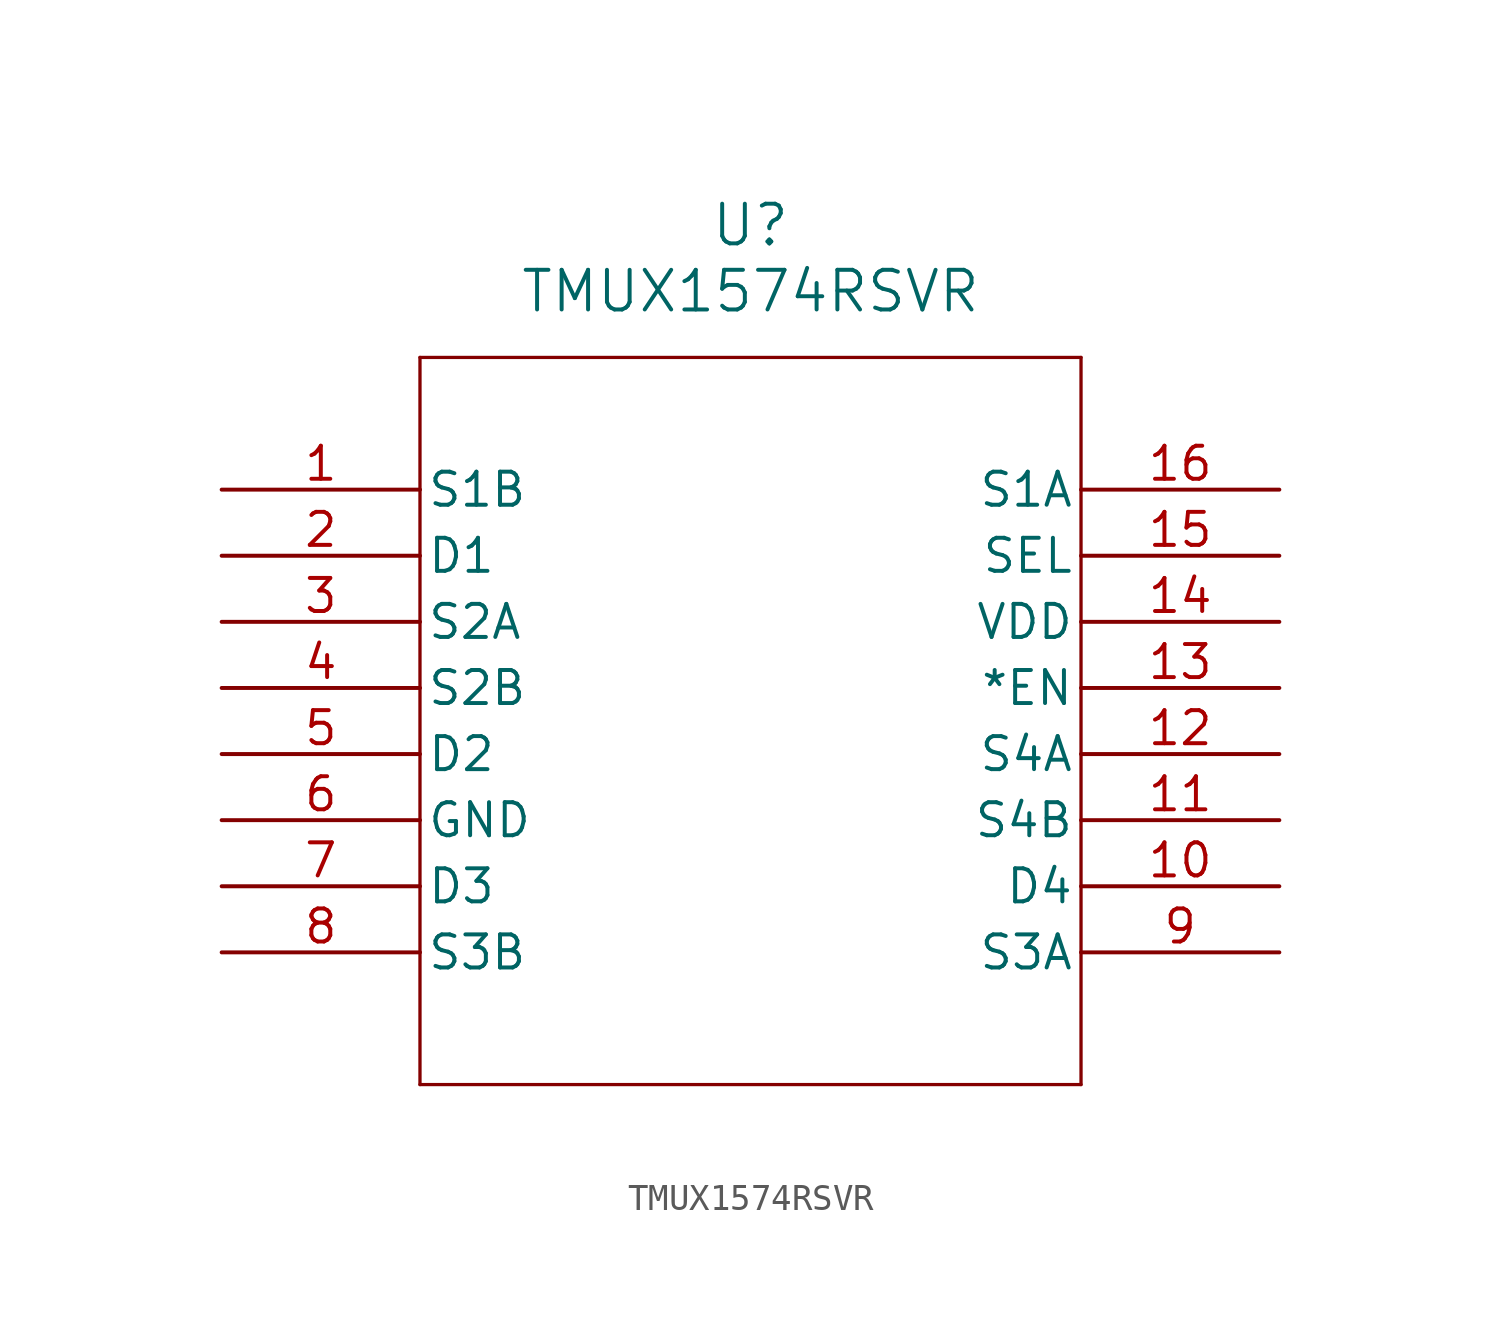
<source format=kicad_sym>
(kicad_symbol_lib
  (version 20211014)
  (generator kicad_symbol_editor)
  (symbol "TMUX1574RSVR"
    (pin_names
      (offset 0.254))
    (property "Reference" "U"
      (at 20.32 10.16 0)
      (effects (font (size 1.524 1.524))))
    (property "Value" "TMUX1574RSVR"
      (at 20.32 7.62 0)
      (effects (font (size 1.524 1.524))))
    (symbol "TMUX1574RSVR_0_1"
      (polyline (pts (xy 7.62 5.08) (xy 7.62 -22.86)) (stroke (width 0.127) (type default) (color 0 0 0 0)) (fill (type none)))
      (polyline (pts (xy 7.62 -22.86) (xy 33.02 -22.86)) (stroke (width 0.127) (type default) (color 0 0 0 0)) (fill (type none)))
      (polyline (pts (xy 33.02 -22.86) (xy 33.02 5.08)) (stroke (width 0.127) (type default) (color 0 0 0 0)) (fill (type none)))
      (polyline (pts (xy 33.02 5.08) (xy 7.62 5.08)) (stroke (width 0.127) (type default) (color 0 0 0 0)) (fill (type none)))
      (pin bidirectional line (at 0 0 0) (length 7.62) (name "S1B" (effects (font (size 1.27 1.27)))) (number "1" (effects (font (size 1.27 1.27)))))
      (pin bidirectional line (at 0 -2.54 0) (length 7.62) (name "D1" (effects (font (size 1.27 1.27)))) (number "2" (effects (font (size 1.27 1.27)))))
      (pin bidirectional line (at 0 -5.08 0) (length 7.62) (name "S2A" (effects (font (size 1.27 1.27)))) (number "3" (effects (font (size 1.27 1.27)))))
      (pin bidirectional line (at 0 -7.62 0) (length 7.62) (name "S2B" (effects (font (size 1.27 1.27)))) (number "4" (effects (font (size 1.27 1.27)))))
      (pin bidirectional line (at 0 -10.16 0) (length 7.62) (name "D2" (effects (font (size 1.27 1.27)))) (number "5" (effects (font (size 1.27 1.27)))))
      (pin power_out line (at 0 -12.7 0) (length 7.62) (name "GND" (effects (font (size 1.27 1.27)))) (number "6" (effects (font (size 1.27 1.27)))))
      (pin bidirectional line (at 0 -15.24 0) (length 7.62) (name "D3" (effects (font (size 1.27 1.27)))) (number "7" (effects (font (size 1.27 1.27)))))
      (pin bidirectional line (at 0 -17.78 0) (length 7.62) (name "S3B" (effects (font (size 1.27 1.27)))) (number "8" (effects (font (size 1.27 1.27)))))
      (pin bidirectional line (at 40.64 -17.78 180) (length 7.62) (name "S3A" (effects (font (size 1.27 1.27)))) (number "9" (effects (font (size 1.27 1.27)))))
      (pin bidirectional line (at 40.64 -15.24 180) (length 7.62) (name "D4" (effects (font (size 1.27 1.27)))) (number "10" (effects (font (size 1.27 1.27)))))
      (pin bidirectional line (at 40.64 -12.7 180) (length 7.62) (name "S4B" (effects (font (size 1.27 1.27)))) (number "11" (effects (font (size 1.27 1.27)))))
      (pin bidirectional line (at 40.64 -10.16 180) (length 7.62) (name "S4A" (effects (font (size 1.27 1.27)))) (number "12" (effects (font (size 1.27 1.27)))))
      (pin unspecified line (at 40.64 -7.62 180) (length 7.62) (name "*EN" (effects (font (size 1.27 1.27)))) (number "13" (effects (font (size 1.27 1.27)))))
      (pin power_in line (at 40.64 -5.08 180) (length 7.62) (name "VDD" (effects (font (size 1.27 1.27)))) (number "14" (effects (font (size 1.27 1.27)))))
      (pin unspecified line (at 40.64 -2.54 180) (length 7.62) (name "SEL" (effects (font (size 1.27 1.27)))) (number "15" (effects (font (size 1.27 1.27)))))
      (pin bidirectional line (at 40.64 0 180) (length 7.62) (name "S1A" (effects (font (size 1.27 1.27)))) (number "16" (effects (font (size 1.27 1.27))))))))
</source>
